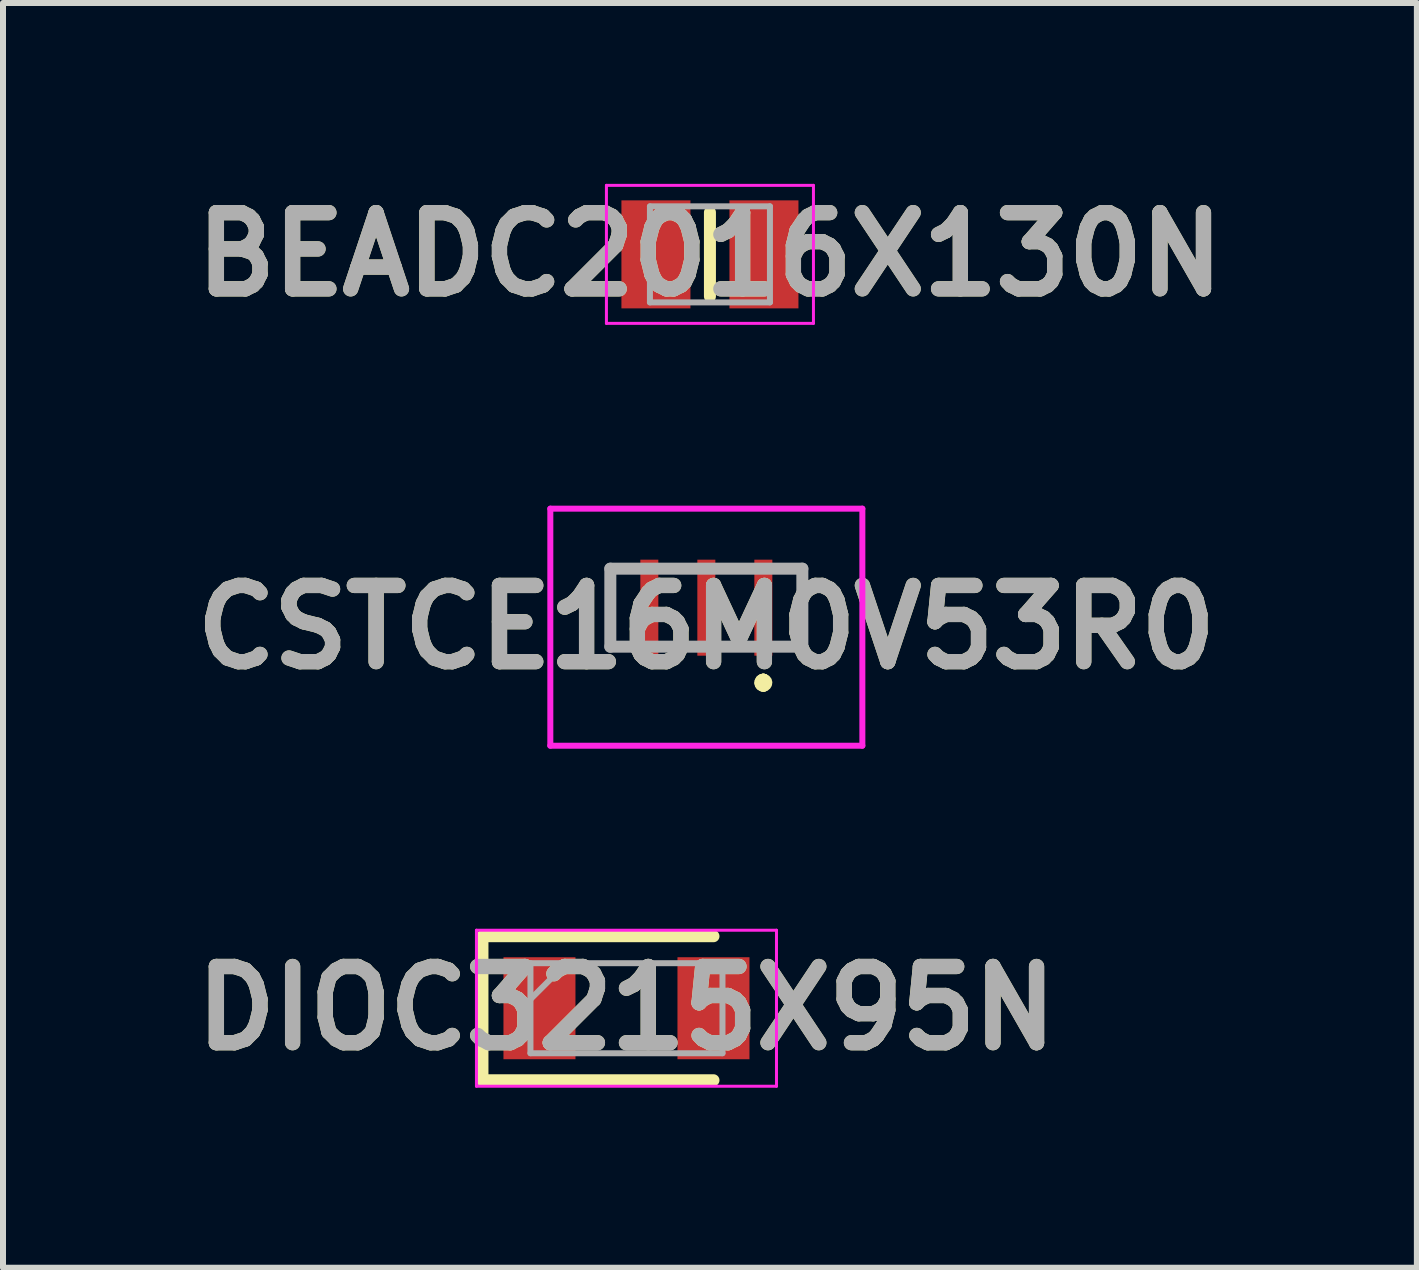
<source format=kicad_pcb>
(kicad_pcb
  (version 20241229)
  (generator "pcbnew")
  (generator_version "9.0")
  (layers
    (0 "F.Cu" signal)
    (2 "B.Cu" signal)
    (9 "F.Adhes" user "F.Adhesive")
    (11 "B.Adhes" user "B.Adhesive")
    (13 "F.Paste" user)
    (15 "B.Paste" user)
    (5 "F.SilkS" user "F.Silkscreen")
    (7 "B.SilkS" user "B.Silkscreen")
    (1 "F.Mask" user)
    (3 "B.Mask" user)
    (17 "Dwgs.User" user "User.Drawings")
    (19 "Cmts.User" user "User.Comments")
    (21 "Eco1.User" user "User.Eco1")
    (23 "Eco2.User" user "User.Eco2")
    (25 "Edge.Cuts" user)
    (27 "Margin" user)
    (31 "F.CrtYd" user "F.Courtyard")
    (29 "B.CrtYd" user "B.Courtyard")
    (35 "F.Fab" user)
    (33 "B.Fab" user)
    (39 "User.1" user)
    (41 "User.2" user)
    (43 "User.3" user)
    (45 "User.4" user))
  (footprint "CSTCE16M0V53R0"
    (layer "F.Cu")
    (at 8.721 7.077)
    (property "Reference" "CSTCE16M0V53R0" (at 0 0.325 0) (layer "F.SilkS") (effects (font (size 1.27 1.27) (thickness 0.254))))
    (attr smd)
    (fp_line (start -1.6 -0.65) (end -1.6 -0.65) (stroke (width 0.1) (type solid)) (layer "F.SilkS"))
    (fp_line (start -1.6 -0.65) (end -1.6 0.6) (stroke (width 0.1) (type solid)) (layer "F.SilkS"))
    (fp_line (start -1.6 0.6) (end -1.6 -0.65) (stroke (width 0.1) (type solid)) (layer "F.SilkS"))
    (fp_line (start -1.6 0.6) (end -1.6 0.6) (stroke (width 0.1) (type solid)) (layer "F.SilkS"))
    (fp_line (start 0.95 1.2) (end 0.95 1.2) (stroke (width 0.2) (type solid)) (layer "F.SilkS"))
    (fp_line (start 0.95 1.2) (end 0.95 1.2) (stroke (width 0.2) (type solid)) (layer "F.SilkS"))
    (fp_line (start 0.95 1.3) (end 0.95 1.3) (stroke (width 0.2) (type solid)) (layer "F.SilkS"))
    (fp_line (start 1.6 -0.65) (end 1.6 -0.65) (stroke (width 0.1) (type solid)) (layer "F.SilkS"))
    (fp_line (start 1.6 -0.65) (end 1.6 0.6) (stroke (width 0.1) (type solid)) (layer "F.SilkS"))
    (fp_line (start 1.6 0.6) (end 1.6 -0.65) (stroke (width 0.1) (type solid)) (layer "F.SilkS"))
    (fp_line (start 1.6 0.6) (end 1.6 0.6) (stroke (width 0.1) (type solid)) (layer "F.SilkS"))
    (fp_arc (start 0.95 1.2) (mid 1 1.25) (end 0.95 1.3) (stroke (width 0.2) (type solid)) (layer "F.SilkS"))
    (fp_arc (start 0.95 1.3) (mid 0.9 1.25) (end 0.95 1.2) (stroke (width 0.2) (type solid)) (layer "F.SilkS"))
    (fp_arc (start 0.95 1.3) (mid 0.9 1.25) (end 0.95 1.2) (stroke (width 0.2) (type solid)) (layer "F.SilkS"))
    (fp_line (start -2.6 -1.65) (end 2.6 -1.65) (stroke (width 0.1) (type solid)) (layer "F.CrtYd"))
    (fp_line (start -2.6 2.3) (end -2.6 -1.65) (stroke (width 0.1) (type solid)) (layer "F.CrtYd"))
    (fp_line (start 2.6 -1.65) (end 2.6 2.3) (stroke (width 0.1) (type solid)) (layer "F.CrtYd"))
    (fp_line (start 2.6 2.3) (end -2.6 2.3) (stroke (width 0.1) (type solid)) (layer "F.CrtYd"))
    (fp_line (start -1.6 -0.65) (end -1.6 0.65) (stroke (width 0.2) (type solid)) (layer "F.Fab"))
    (fp_line (start -1.6 0.65) (end 1.6 0.65) (stroke (width 0.2) (type solid)) (layer "F.Fab"))
    (fp_line (start 1.6 -0.65) (end -1.6 -0.65) (stroke (width 0.2) (type solid)) (layer "F.Fab"))
    (fp_line (start 1.6 0.65) (end 1.6 -0.65) (stroke (width 0.2) (type solid)) (layer "F.Fab"))
    (fp_text user "${REFERENCE}" (at 0 0.325 0) (layer "F.Fab") (effects (font (size 1.27 1.27) (thickness 0.254))))
    (pad "1" smd rect (at 0.95 0) (size 0.3 1.6) (layers "F.Cu" "F.Mask" "F.Paste"))
    (pad "2" smd rect (at 0 0) (size 0.3 1.6) (layers "F.Cu" "F.Mask" "F.Paste"))
    (pad "3" smd rect (at -0.95 0) (size 0.3 1.6) (layers "F.Cu" "F.Mask" "F.Paste")))
  (footprint "DIOC3215X95N"
    (layer "F.Cu")
    (at 7.39 13.752)
    (property "Reference" "DIOC3215X95N" (at 0 0 0) (layer "F.SilkS") (effects (font (size 1.27 1.27) (thickness 0.254))))
    (attr smd)
    (fp_line (start -2.4 -1.2) (end -2.4 1.2) (stroke (width 0.2) (type solid)) (layer "F.SilkS"))
    (fp_line (start -2.4 1.2) (end 1.45 1.2) (stroke (width 0.2) (type solid)) (layer "F.SilkS"))
    (fp_line (start 1.45 -1.2) (end -2.4 -1.2) (stroke (width 0.2) (type solid)) (layer "F.SilkS"))
    (fp_line (start -2.5 -1.3) (end 2.5 -1.3) (stroke (width 0.05) (type solid)) (layer "F.CrtYd"))
    (fp_line (start -2.5 1.3) (end -2.5 -1.3) (stroke (width 0.05) (type solid)) (layer "F.CrtYd"))
    (fp_line (start 2.5 -1.3) (end 2.5 1.3) (stroke (width 0.05) (type solid)) (layer "F.CrtYd"))
    (fp_line (start 2.5 1.3) (end -2.5 1.3) (stroke (width 0.05) (type solid)) (layer "F.CrtYd"))
    (fp_line (start -1.6 -0.75) (end 1.6 -0.75) (stroke (width 0.1) (type solid)) (layer "F.Fab"))
    (fp_line (start -1.6 -0.15) (end -1 -0.75) (stroke (width 0.1) (type solid)) (layer "F.Fab"))
    (fp_line (start -1.6 0.75) (end -1.6 -0.75) (stroke (width 0.1) (type solid)) (layer "F.Fab"))
    (fp_line (start 1.6 -0.75) (end 1.6 0.75) (stroke (width 0.1) (type solid)) (layer "F.Fab"))
    (fp_line (start 1.6 0.75) (end -1.6 0.75) (stroke (width 0.1) (type solid)) (layer "F.Fab"))
    (fp_text user "${REFERENCE}" (at 0 0 0) (layer "F.Fab") (effects (font (size 1.27 1.27) (thickness 0.254))))
    (pad "1" smd rect (at -1.45 0) (size 1.2 1.7) (layers "F.Cu" "F.Mask" "F.Paste"))
    (pad "2" smd rect (at 1.45 0) (size 1.2 1.7) (layers "F.Cu" "F.Mask" "F.Paste")))
  (footprint "BEADC2016X130N"
    (layer "F.Cu")
    (at 8.781 1.189)
    (property "Reference" "BEADC2016X130N" (at 0 0 0) (layer "F.SilkS") (effects (font (size 1.27 1.27) (thickness 0.254))))
    (attr smd)
    (fp_line (start 0 -0.7) (end 0 0.7) (stroke (width 0.2) (type solid)) (layer "F.SilkS"))
    (fp_line (start -1.725 -1.15) (end 1.725 -1.15) (stroke (width 0.05) (type solid)) (layer "F.CrtYd"))
    (fp_line (start -1.725 1.15) (end -1.725 -1.15) (stroke (width 0.05) (type solid)) (layer "F.CrtYd"))
    (fp_line (start 1.725 -1.15) (end 1.725 1.15) (stroke (width 0.05) (type solid)) (layer "F.CrtYd"))
    (fp_line (start 1.725 1.15) (end -1.725 1.15) (stroke (width 0.05) (type solid)) (layer "F.CrtYd"))
    (fp_line (start -1 -0.8) (end 1 -0.8) (stroke (width 0.1) (type solid)) (layer "F.Fab"))
    (fp_line (start -1 0.8) (end -1 -0.8) (stroke (width 0.1) (type solid)) (layer "F.Fab"))
    (fp_line (start 1 -0.8) (end 1 0.8) (stroke (width 0.1) (type solid)) (layer "F.Fab"))
    (fp_line (start 1 0.8) (end -1 0.8) (stroke (width 0.1) (type solid)) (layer "F.Fab"))
    (fp_text user "${REFERENCE}" (at 0 0 0) (layer "F.Fab") (effects (font (size 1.27 1.27) (thickness 0.254))))
    (pad "1" smd rect (at -0.9 0) (size 1.15 1.8) (layers "F.Cu" "F.Mask" "F.Paste"))
    (pad "2" smd rect (at 0.9 0) (size 1.15 1.8) (layers "F.Cu" "F.Mask" "F.Paste")))
  (gr_rect
    (start -3 -3)
    (end 20.562 18.077)
    (stroke (width 0.1) (type default))
    (fill no)
    (layer "Edge.Cuts")))
</source>
